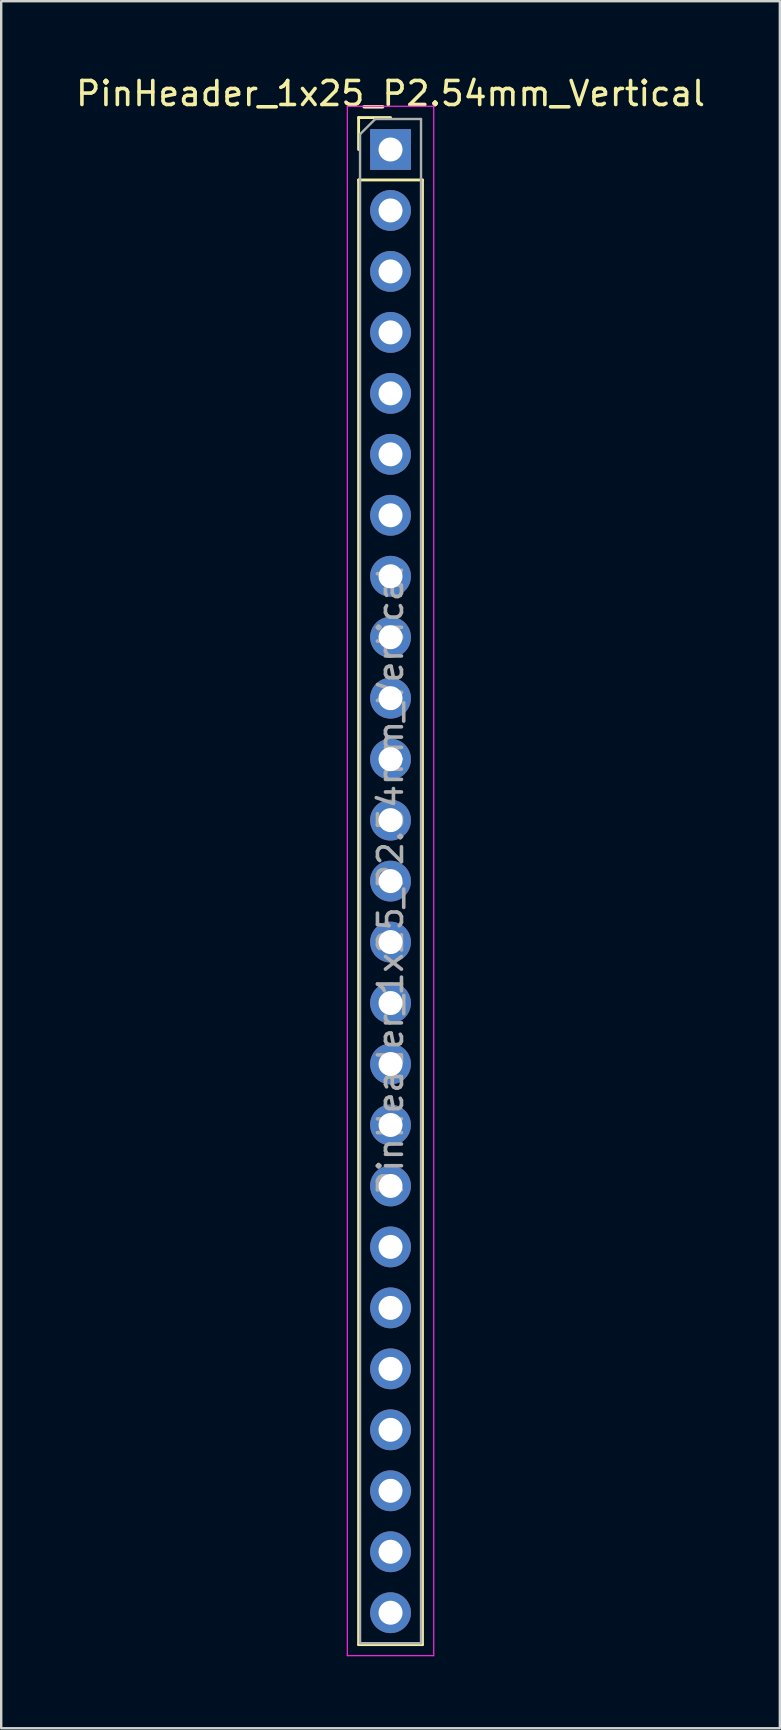
<source format=kicad_pcb>
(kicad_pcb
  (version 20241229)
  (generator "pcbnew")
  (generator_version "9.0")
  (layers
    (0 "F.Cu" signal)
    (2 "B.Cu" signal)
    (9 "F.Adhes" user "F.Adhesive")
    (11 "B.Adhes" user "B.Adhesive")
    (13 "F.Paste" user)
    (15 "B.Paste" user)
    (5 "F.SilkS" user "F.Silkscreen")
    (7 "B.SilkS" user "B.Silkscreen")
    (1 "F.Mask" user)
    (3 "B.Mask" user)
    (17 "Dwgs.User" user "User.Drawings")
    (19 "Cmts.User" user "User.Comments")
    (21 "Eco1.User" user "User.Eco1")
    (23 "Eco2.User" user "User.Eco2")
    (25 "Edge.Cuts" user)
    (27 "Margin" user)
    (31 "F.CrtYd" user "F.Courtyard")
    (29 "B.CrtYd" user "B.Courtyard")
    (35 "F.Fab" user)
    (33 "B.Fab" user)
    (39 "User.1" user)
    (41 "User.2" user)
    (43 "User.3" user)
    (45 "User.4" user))
  (footprint "PinHeader_1x25_P2.54mm_Vertical"
    (layer "F.Cu")
    (at 13.22 3.178)
    (property "Reference" "PinHeader_1x25_P2.54mm_Vertical" (at 0 -2.33 0) (layer "F.SilkS") (effects (font (size 1 1) (thickness 0.15))))
    (attr through_hole)
    (fp_line (start -1.33 -1.33) (end 0 -1.33) (stroke (width 0.12) (type solid)) (layer "F.SilkS"))
    (fp_line (start -1.33 0) (end -1.33 -1.33) (stroke (width 0.12) (type solid)) (layer "F.SilkS"))
    (fp_line (start -1.33 1.27) (end -1.33 62.29) (stroke (width 0.12) (type solid)) (layer "F.SilkS"))
    (fp_line (start -1.33 1.27) (end 1.33 1.27) (stroke (width 0.12) (type solid)) (layer "F.SilkS"))
    (fp_line (start -1.33 62.29) (end 1.33 62.29) (stroke (width 0.12) (type solid)) (layer "F.SilkS"))
    (fp_line (start 1.33 1.27) (end 1.33 62.29) (stroke (width 0.12) (type solid)) (layer "F.SilkS"))
    (fp_line (start -1.8 -1.8) (end -1.8 62.75) (stroke (width 0.05) (type solid)) (layer "F.CrtYd"))
    (fp_line (start -1.8 62.75) (end 1.8 62.75) (stroke (width 0.05) (type solid)) (layer "F.CrtYd"))
    (fp_line (start 1.8 -1.8) (end -1.8 -1.8) (stroke (width 0.05) (type solid)) (layer "F.CrtYd"))
    (fp_line (start 1.8 62.75) (end 1.8 -1.8) (stroke (width 0.05) (type solid)) (layer "F.CrtYd"))
    (fp_line (start -1.27 -0.635) (end -0.635 -1.27) (stroke (width 0.1) (type solid)) (layer "F.Fab"))
    (fp_line (start -1.27 62.23) (end -1.27 -0.635) (stroke (width 0.1) (type solid)) (layer "F.Fab"))
    (fp_line (start -0.635 -1.27) (end 1.27 -1.27) (stroke (width 0.1) (type solid)) (layer "F.Fab"))
    (fp_line (start 1.27 -1.27) (end 1.27 62.23) (stroke (width 0.1) (type solid)) (layer "F.Fab"))
    (fp_line (start 1.27 62.23) (end -1.27 62.23) (stroke (width 0.1) (type solid)) (layer "F.Fab"))
    (fp_text user "${REFERENCE}" (at 0 30.48 90) (layer "F.Fab") (effects (font (size 1 1) (thickness 0.15))))
    (pad "1" thru_hole rect (at 0 0) (size 1.7 1.7) (drill 1) (layers "*.Cu" "*.Mask"))
    (pad "2" thru_hole oval (at 0 2.54) (size 1.7 1.7) (drill 1) (layers "*.Cu" "*.Mask"))
    (pad "3" thru_hole oval (at 0 5.08) (size 1.7 1.7) (drill 1) (layers "*.Cu" "*.Mask"))
    (pad "4" thru_hole oval (at 0 7.62) (size 1.7 1.7) (drill 1) (layers "*.Cu" "*.Mask"))
    (pad "5" thru_hole oval (at 0 10.16) (size 1.7 1.7) (drill 1) (layers "*.Cu" "*.Mask"))
    (pad "6" thru_hole oval (at 0 12.7) (size 1.7 1.7) (drill 1) (layers "*.Cu" "*.Mask"))
    (pad "7" thru_hole oval (at 0 15.24) (size 1.7 1.7) (drill 1) (layers "*.Cu" "*.Mask"))
    (pad "8" thru_hole oval (at 0 17.78) (size 1.7 1.7) (drill 1) (layers "*.Cu" "*.Mask"))
    (pad "9" thru_hole oval (at 0 20.32) (size 1.7 1.7) (drill 1) (layers "*.Cu" "*.Mask"))
    (pad "10" thru_hole oval (at 0 22.86) (size 1.7 1.7) (drill 1) (layers "*.Cu" "*.Mask"))
    (pad "11" thru_hole oval (at 0 25.4) (size 1.7 1.7) (drill 1) (layers "*.Cu" "*.Mask"))
    (pad "12" thru_hole oval (at 0 27.94) (size 1.7 1.7) (drill 1) (layers "*.Cu" "*.Mask"))
    (pad "13" thru_hole oval (at 0 30.48) (size 1.7 1.7) (drill 1) (layers "*.Cu" "*.Mask"))
    (pad "14" thru_hole oval (at 0 33.02) (size 1.7 1.7) (drill 1) (layers "*.Cu" "*.Mask"))
    (pad "15" thru_hole oval (at 0 35.56) (size 1.7 1.7) (drill 1) (layers "*.Cu" "*.Mask"))
    (pad "16" thru_hole oval (at 0 38.1) (size 1.7 1.7) (drill 1) (layers "*.Cu" "*.Mask"))
    (pad "17" thru_hole oval (at 0 40.64) (size 1.7 1.7) (drill 1) (layers "*.Cu" "*.Mask"))
    (pad "18" thru_hole oval (at 0 43.18) (size 1.7 1.7) (drill 1) (layers "*.Cu" "*.Mask"))
    (pad "19" thru_hole oval (at 0 45.72) (size 1.7 1.7) (drill 1) (layers "*.Cu" "*.Mask"))
    (pad "20" thru_hole oval (at 0 48.26) (size 1.7 1.7) (drill 1) (layers "*.Cu" "*.Mask"))
    (pad "21" thru_hole oval (at 0 50.8) (size 1.7 1.7) (drill 1) (layers "*.Cu" "*.Mask"))
    (pad "22" thru_hole oval (at 0 53.34) (size 1.7 1.7) (drill 1) (layers "*.Cu" "*.Mask"))
    (pad "23" thru_hole oval (at 0 55.88) (size 1.7 1.7) (drill 1) (layers "*.Cu" "*.Mask"))
    (pad "24" thru_hole oval (at 0 58.42) (size 1.7 1.7) (drill 1) (layers "*.Cu" "*.Mask"))
    (pad "25" thru_hole oval (at 0 60.96) (size 1.7 1.7) (drill 1) (layers "*.Cu" "*.Mask")))
  (gr_rect
    (start -3 -3)
    (end 29.44 68.953)
    (stroke (width 0.1) (type default))
    (fill no)
    (layer "Edge.Cuts")))
</source>
